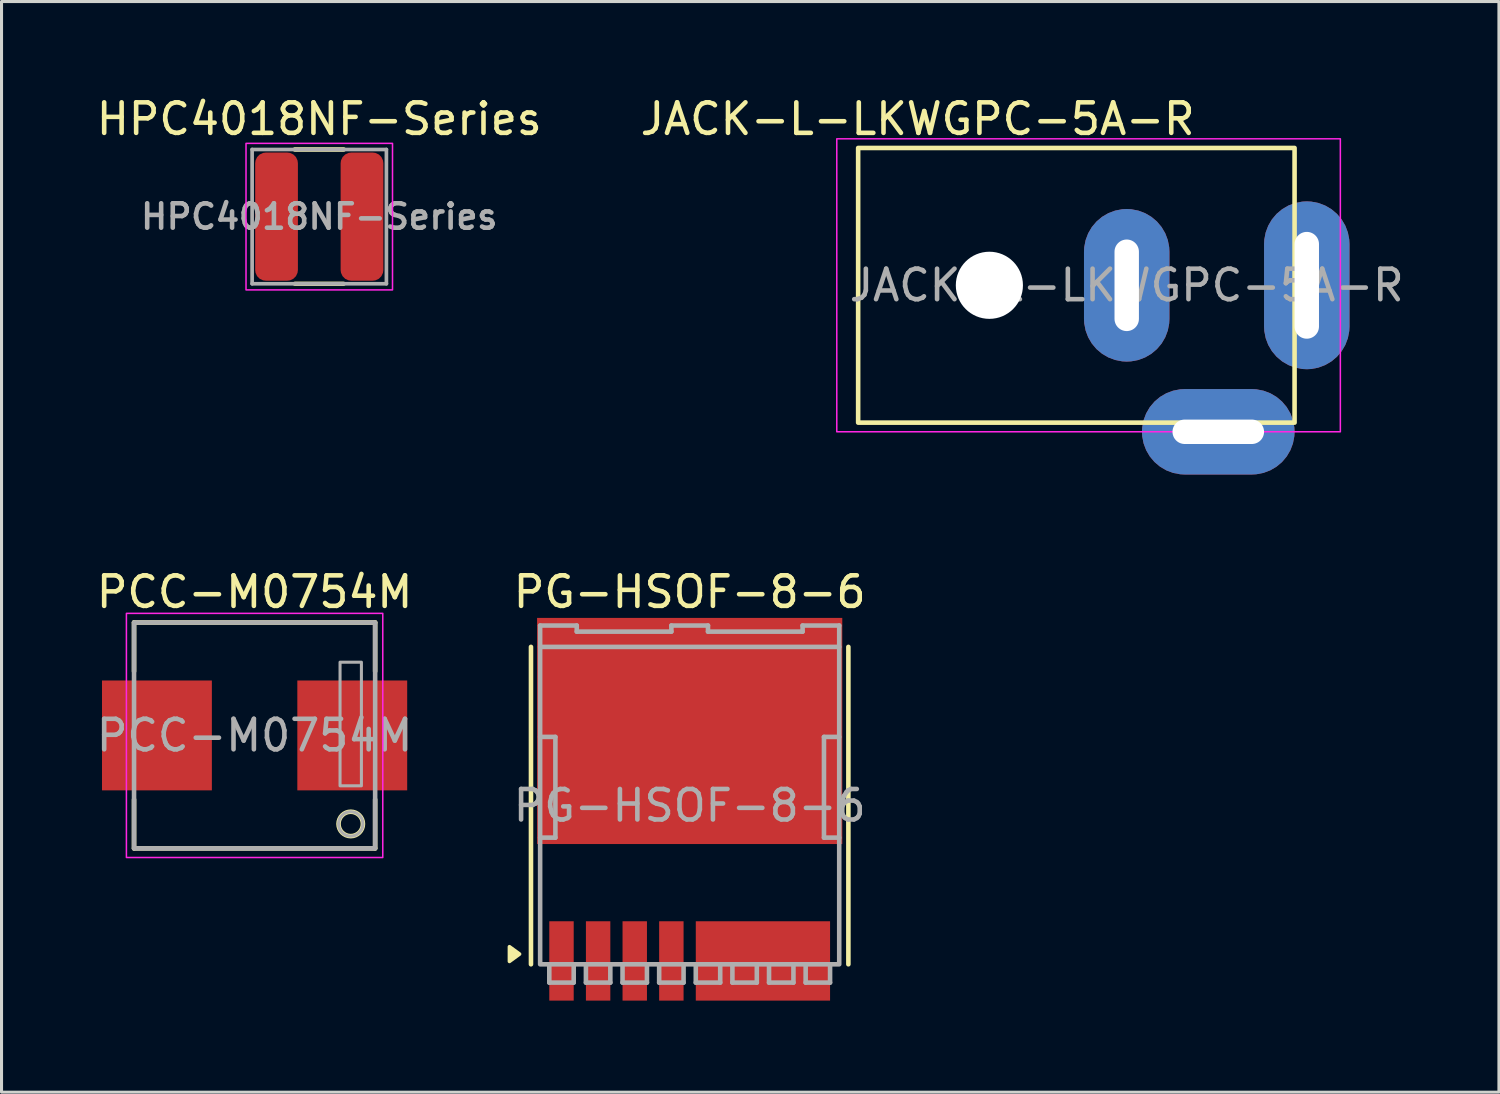
<source format=kicad_pcb>
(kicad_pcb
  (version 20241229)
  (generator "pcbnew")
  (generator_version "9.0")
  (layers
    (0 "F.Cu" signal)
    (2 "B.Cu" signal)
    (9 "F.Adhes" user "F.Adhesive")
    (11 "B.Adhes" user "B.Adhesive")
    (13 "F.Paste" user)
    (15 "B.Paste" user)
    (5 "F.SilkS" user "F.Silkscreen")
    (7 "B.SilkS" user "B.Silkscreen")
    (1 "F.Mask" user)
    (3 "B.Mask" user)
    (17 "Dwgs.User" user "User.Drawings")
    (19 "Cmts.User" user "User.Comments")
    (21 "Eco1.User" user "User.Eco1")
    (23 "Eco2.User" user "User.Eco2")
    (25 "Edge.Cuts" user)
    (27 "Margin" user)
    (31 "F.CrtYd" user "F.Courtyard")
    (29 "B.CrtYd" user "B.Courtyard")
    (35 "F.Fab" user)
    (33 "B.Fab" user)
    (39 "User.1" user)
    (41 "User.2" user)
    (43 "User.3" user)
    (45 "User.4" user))
  (footprint "HPC4018NF-Series"
    (layer "F.Cu")
    (at 7.411 4.048)
    (property "Reference" "HPC4018NF-Series" (at 0 -3.2 0) (unlocked yes) (layer "F.SilkS") (effects (font (size 1 1) (thickness 0.15))))
    (attr smd)
    (fp_line (start -0.8 -2.2) (end 0.8 -2.2) (stroke (width 0.15) (type solid)) (layer "F.SilkS"))
    (fp_line (start -0.8 2.2) (end 0.8 2.2) (stroke (width 0.14) (type solid)) (layer "F.SilkS"))
    (fp_rect (start -2.4 -2.4) (end 2.4 2.4) (stroke (width 0.05) (type solid)) (fill no) (layer "F.CrtYd"))
    (fp_line (start -2.2 -2.2) (end 2.2 -2.2) (stroke (width 0.12) (type solid)) (layer "F.Fab"))
    (fp_line (start -2.2 2.2) (end -2.2 -2.2) (stroke (width 0.12) (type solid)) (layer "F.Fab"))
    (fp_line (start 2.2 -2.2) (end 2.2 2.2) (stroke (width 0.12) (type solid)) (layer "F.Fab"))
    (fp_line (start 2.2 2.2) (end -2.2 2.2) (stroke (width 0.12) (type solid)) (layer "F.Fab"))
    (fp_text user "${REFERENCE}" (at 0 0 0) (layer "F.Fab") (effects (font (size 0.8 0.8) (thickness 0.15))))
    (pad "1" smd roundrect (at -1.4 0 90) (size 4.2 1.4) (layers "F.Cu" "F.Mask" "F.Paste") (roundrect_rratio 0.25))
    (pad "2" smd roundrect (at 1.4 0 90) (size 4.2 1.4) (layers "F.Cu" "F.Mask" "F.Paste") (roundrect_rratio 0.25)))
  (footprint "PCC-M0754M"
    (layer "F.Cu")
    (at 5.292 21.047)
    (property "Reference" "PCC-M0754M" (at 0 -4.7 0) (unlocked yes) (layer "F.SilkS") (effects (font (size 1 1) (thickness 0.15))))
    (attr smd)
    (fp_line (start -3.95 -3.7) (end -3.95 -2.1) (stroke (width 0.15) (type default)) (layer "F.SilkS"))
    (fp_line (start -3.95 -3.7) (end 3.95 -3.7) (stroke (width 0.15) (type default)) (layer "F.SilkS"))
    (fp_line (start -3.95 3.7) (end -3.95 2.1) (stroke (width 0.15) (type default)) (layer "F.SilkS"))
    (fp_line (start 3.95 -3.7) (end 3.95 -2.1) (stroke (width 0.15) (type default)) (layer "F.SilkS"))
    (fp_line (start 3.95 3.7) (end -3.95 3.7) (stroke (width 0.15) (type default)) (layer "F.SilkS"))
    (fp_line (start 3.95 3.7) (end 3.95 2.1) (stroke (width 0.15) (type default)) (layer "F.SilkS"))
    (fp_circle (center 3.15 2.9) (end 3.55 2.9) (stroke (width 0.15) (type solid)) (fill no) (layer "F.SilkS"))
    (fp_rect (start -4.2 -4) (end 4.2 4) (stroke (width 0.05) (type solid)) (fill no) (layer "F.CrtYd"))
    (fp_rect (start -3.95 -3.7) (end 3.95 3.7) (stroke (width 0.15) (type solid)) (fill no) (layer "F.Fab"))
    (fp_rect (start 2.8 -2.4) (end 3.5 1.65) (stroke (width 0.1) (type solid)) (fill no) (layer "F.Fab"))
    (fp_circle (center 3.15 2.9) (end 3.55 2.9) (stroke (width 0.1) (type solid)) (fill no) (layer "F.Fab"))
    (fp_text user "${REFERENCE}" (at 0 0 0) (unlocked yes) (layer "F.Fab") (effects (font (size 1 1) (thickness 0.15))))
    (pad "1" smd rect (at -3.2 0) (size 3.6 3.6) (layers "F.Cu" "F.Mask" "F.Paste"))
    (pad "2" smd rect (at 3.2 0) (size 3.6 3.6) (layers "F.Cu" "F.Mask" "F.Paste"))
    (zone (net_name "") (layer "F.Cu") (hatch edge 0.5) (connect_pads) (min_thickness 0.25) (filled_areas_thickness no) (keepout (tracks not_allowed) (vias not_allowed) (pads not_allowed) (copperpour allowed) (footprints allowed)) (placement (enabled no)) (fill) (polygon (pts (xy 1.092 17.047) (xy 9.492 17.047) (xy 9.492 19.247) (xy 6.692 19.247) (xy 6.692 22.846) (xy 9.492 22.846) (xy 9.492 25.047) (xy 1.092 25.047) (xy 1.092 22.846) (xy 3.892 22.846) (xy 3.892 19.247) (xy 1.092 19.247)))))
  (footprint "PG-HSOF-8-6"
    (layer "F.Cu")
    (at 19.548 23.346)
    (property "Reference" "PG-HSOF-8-6" (at 0 -7 0) (unlocked yes) (layer "F.SilkS") (effects (font (size 1 1) (thickness 0.15))))
    (attr smd)
    (fp_line (start -5.2 5.2) (end -5.2 -5.2) (stroke (width 0.15) (type solid)) (layer "F.SilkS"))
    (fp_line (start 5.2 -5.2) (end 5.2 5.2) (stroke (width 0.15) (type solid)) (layer "F.SilkS"))
    (fp_poly (pts (xy -5.575 4.865) (xy -5.905 5.105) (xy -5.905 4.625)) (stroke (width 0.12) (type solid)) (fill yes) (layer "F.SilkS"))
    (fp_rect (start -4.55 4.14) (end -3.85 6.34) (stroke (width 0) (type solid)) (fill yes) (layer "F.Paste"))
    (fp_rect (start -4.25 -6.27) (end -0.25 -5.07) (stroke (width 0) (type solid)) (fill yes) (layer "F.Paste"))
    (fp_rect (start -4.25 -1.77) (end -0.25 -0.57) (stroke (width 0) (type solid)) (fill yes) (layer "F.Paste"))
    (fp_rect (start -4.25 -0.27) (end -0.25 0.93) (stroke (width 0) (type solid)) (fill yes) (layer "F.Paste"))
    (fp_rect (start -3.67 -4.77) (end -0.25 -3.57) (stroke (width 0) (type solid)) (fill yes) (layer "F.Paste"))
    (fp_rect (start -3.67 -3.27) (end -0.25 -2.07) (stroke (width 0) (type solid)) (fill yes) (layer "F.Paste"))
    (fp_rect (start -3.35 4.14) (end -2.65 6.34) (stroke (width 0) (type solid)) (fill yes) (layer "F.Paste"))
    (fp_rect (start -2.15 4.14) (end -1.45 6.34) (stroke (width 0) (type solid)) (fill yes) (layer "F.Paste"))
    (fp_rect (start -0.95 4.14) (end -0.25 6.34) (stroke (width 0) (type solid)) (fill yes) (layer "F.Paste"))
    (fp_rect (start 0.25 -6.27) (end 4.25 -5.07) (stroke (width 0) (type solid)) (fill yes) (layer "F.Paste"))
    (fp_rect (start 0.25 3.84) (end 0.95 6.34) (stroke (width 0) (type solid)) (fill yes) (layer "F.Paste"))
    (fp_rect (start 0.5 -4.77) (end 3.92 -3.57) (stroke (width 0) (type solid)) (fill yes) (layer "F.Paste"))
    (fp_rect (start 0.5 -3.27) (end 3.92 -2.07) (stroke (width 0) (type solid)) (fill yes) (layer "F.Paste"))
    (fp_rect (start 0.5 -1.77) (end 4.5 -0.57) (stroke (width 0) (type solid)) (fill yes) (layer "F.Paste"))
    (fp_rect (start 0.5 -0.27) (end 4.5 0.93) (stroke (width 0) (type solid)) (fill yes) (layer "F.Paste"))
    (fp_rect (start 1.45 3.84) (end 2.15 6.34) (stroke (width 0) (type solid)) (fill yes) (layer "F.Paste"))
    (fp_rect (start 2.65 3.84) (end 3.35 6.34) (stroke (width 0) (type solid)) (fill yes) (layer "F.Paste"))
    (fp_rect (start 3.85 3.84) (end 4.55 6.34) (stroke (width 0) (type solid)) (fill yes) (layer "F.Paste"))
    (fp_line (start -4.9 -5.9) (end -3.7 -5.9) (stroke (width 0.15) (type default)) (layer "F.Fab"))
    (fp_line (start -4.9 -5.2) (end -4.9 -5.9) (stroke (width 0.15) (type default)) (layer "F.Fab"))
    (fp_line (start -4.9 1.05) (end -4.4 1.05) (stroke (width 0.15) (type default)) (layer "F.Fab"))
    (fp_line (start -4.6 5.8) (end -4.6 5.2) (stroke (width 0.15) (type default)) (layer "F.Fab"))
    (fp_line (start -4.4 -2.25) (end -4.9 -2.25) (stroke (width 0.15) (type default)) (layer "F.Fab"))
    (fp_line (start -4.4 1.05) (end -4.4 -2.25) (stroke (width 0.15) (type default)) (layer "F.Fab"))
    (fp_line (start -3.8 5.2) (end -3.8 5.8) (stroke (width 0.15) (type default)) (layer "F.Fab"))
    (fp_line (start -3.8 5.8) (end -4.6 5.8) (stroke (width 0.15) (type default)) (layer "F.Fab"))
    (fp_line (start -3.7 -5.9) (end -3.7 -5.7) (stroke (width 0.15) (type default)) (layer "F.Fab"))
    (fp_line (start -3.7 -5.7) (end -0.6 -5.7) (stroke (width 0.15) (type default)) (layer "F.Fab"))
    (fp_line (start -3.4 5.8) (end -3.4 5.2) (stroke (width 0.15) (type default)) (layer "F.Fab"))
    (fp_line (start -2.6 5.2) (end -2.6 5.8) (stroke (width 0.15) (type default)) (layer "F.Fab"))
    (fp_line (start -2.6 5.8) (end -3.4 5.8) (stroke (width 0.15) (type default)) (layer "F.Fab"))
    (fp_line (start -2.2 5.8) (end -2.2 5.2) (stroke (width 0.15) (type default)) (layer "F.Fab"))
    (fp_line (start -1.4 5.2) (end -1.4 5.8) (stroke (width 0.15) (type default)) (layer "F.Fab"))
    (fp_line (start -1.4 5.8) (end -2.2 5.8) (stroke (width 0.15) (type default)) (layer "F.Fab"))
    (fp_line (start -1 5.8) (end -1 5.2) (stroke (width 0.15) (type default)) (layer "F.Fab"))
    (fp_line (start -0.6 -5.9) (end 0.6 -5.9) (stroke (width 0.15) (type default)) (layer "F.Fab"))
    (fp_line (start -0.6 -5.7) (end -0.6 -5.9) (stroke (width 0.15) (type default)) (layer "F.Fab"))
    (fp_line (start -0.2 5.2) (end -0.2 5.8) (stroke (width 0.15) (type default)) (layer "F.Fab"))
    (fp_line (start -0.2 5.8) (end -1 5.8) (stroke (width 0.15) (type default)) (layer "F.Fab"))
    (fp_line (start 0.2 5.8) (end 0.2 5.2) (stroke (width 0.15) (type default)) (layer "F.Fab"))
    (fp_line (start 0.6 -5.9) (end 0.6 -5.7) (stroke (width 0.15) (type default)) (layer "F.Fab"))
    (fp_line (start 0.6 -5.7) (end 3.7 -5.7) (stroke (width 0.15) (type default)) (layer "F.Fab"))
    (fp_line (start 1 5.2) (end 1 5.8) (stroke (width 0.15) (type default)) (layer "F.Fab"))
    (fp_line (start 1 5.8) (end 0.2 5.8) (stroke (width 0.15) (type default)) (layer "F.Fab"))
    (fp_line (start 1.4 5.8) (end 1.4 5.2) (stroke (width 0.15) (type default)) (layer "F.Fab"))
    (fp_line (start 2.2 5.2) (end 2.2 5.8) (stroke (width 0.15) (type default)) (layer "F.Fab"))
    (fp_line (start 2.2 5.8) (end 1.4 5.8) (stroke (width 0.15) (type default)) (layer "F.Fab"))
    (fp_line (start 2.6 5.8) (end 2.6 5.2) (stroke (width 0.15) (type default)) (layer "F.Fab"))
    (fp_line (start 3.4 5.2) (end 3.4 5.8) (stroke (width 0.15) (type default)) (layer "F.Fab"))
    (fp_line (start 3.4 5.8) (end 2.6 5.8) (stroke (width 0.15) (type default)) (layer "F.Fab"))
    (fp_line (start 3.7 -5.9) (end 4.9 -5.9) (stroke (width 0.15) (type default)) (layer "F.Fab"))
    (fp_line (start 3.7 -5.7) (end 3.7 -5.9) (stroke (width 0.15) (type default)) (layer "F.Fab"))
    (fp_line (start 3.8 5.8) (end 3.8 5.2) (stroke (width 0.15) (type default)) (layer "F.Fab"))
    (fp_line (start 4.4 -2.25) (end 4.4 1.05) (stroke (width 0.15) (type default)) (layer "F.Fab"))
    (fp_line (start 4.4 1.05) (end 4.9 1.05) (stroke (width 0.15) (type default)) (layer "F.Fab"))
    (fp_line (start 4.6 5.2) (end 4.6 5.8) (stroke (width 0.15) (type default)) (layer "F.Fab"))
    (fp_line (start 4.6 5.8) (end 3.8 5.8) (stroke (width 0.15) (type default)) (layer "F.Fab"))
    (fp_line (start 4.9 -5.9) (end 4.9 -5.2) (stroke (width 0.15) (type default)) (layer "F.Fab"))
    (fp_line (start 4.9 -2.25) (end 4.4 -2.25) (stroke (width 0.15) (type default)) (layer "F.Fab"))
    (fp_rect (start -4.9 -5.2) (end 4.9 5.2) (stroke (width 0.15) (type solid)) (fill no) (layer "F.Fab"))
    (fp_text user "${REFERENCE}" (at 0 0 0) (unlocked yes) (layer "F.Fab") (effects (font (size 1 1) (thickness 0.15))))
    (pad "1" smd rect (at -4.2 5.09) (size 0.8 2.6) (layers "F.Cu" "F.Mask"))
    (pad "2" smd rect (at -3 5.09) (size 0.8 2.6) (layers "F.Cu" "F.Mask"))
    (pad "3" smd rect (at -1.8 5.09) (size 0.8 2.6) (layers "F.Cu" "F.Mask"))
    (pad "4" smd rect (at -0.6 5.09) (size 0.8 2.6) (layers "F.Cu" "F.Mask"))
    (pad "5" smd rect (at 2.4 5.09) (size 4.4 2.6) (layers "F.Cu" "F.Mask"))
    (pad "9" smd rect (at 0 -2.445) (size 10 7.41) (layers "F.Cu" "F.Mask")))
  (footprint "JACK-L-LKWGPC-5A-R"
    (layer "F.Cu")
    (at 33.868 6.298)
    (property "Reference" "JACK-L-LKWGPC-5A-R" (at -6.85 -5.45 0) (unlocked yes) (layer "F.SilkS") (effects (font (size 1 1) (thickness 0.15))))
    (attr through_hole)
    (fp_rect (start -8.8 4.5) (end 5.5 -4.5) (stroke (width 0.15) (type solid)) (fill no) (layer "F.SilkS"))
    (fp_rect (start -9.5 -4.8) (end 7 4.8) (stroke (width 0.05) (type solid)) (fill no) (layer "F.CrtYd"))
    (fp_text user "${REFERENCE}" (at 0 0 0) (unlocked yes) (layer "F.Fab") (effects (font (size 1 1) (thickness 0.15))))
    (pad "" np_thru_hole circle (at -4.5 0 270) (size 2.2 2.2) (drill 2.2) (layers "*.Cu" "*.Mask"))
    (pad "1" thru_hole roundrect (at 5.9 0 270) (size 5.5 2.8) (drill oval 3.5 0.8) (layers "*.Cu" "*.Mask") (roundrect_rratio 0.5))
    (pad "2" thru_hole roundrect (at 0 0 270) (size 5 2.8) (drill oval 3 0.8) (layers "*.Cu" "*.Mask") (roundrect_rratio 0.5))
    (pad "3" thru_hole roundrect (at 3 4.8) (size 5 2.8) (drill oval 3 0.8) (layers "*.Cu" "*.Mask") (roundrect_rratio 0.5)))
  (gr_rect
    (start -3 -3)
    (end 46.064 32.736)
    (stroke (width 0.1) (type default))
    (fill no)
    (layer "Edge.Cuts")))
</source>
